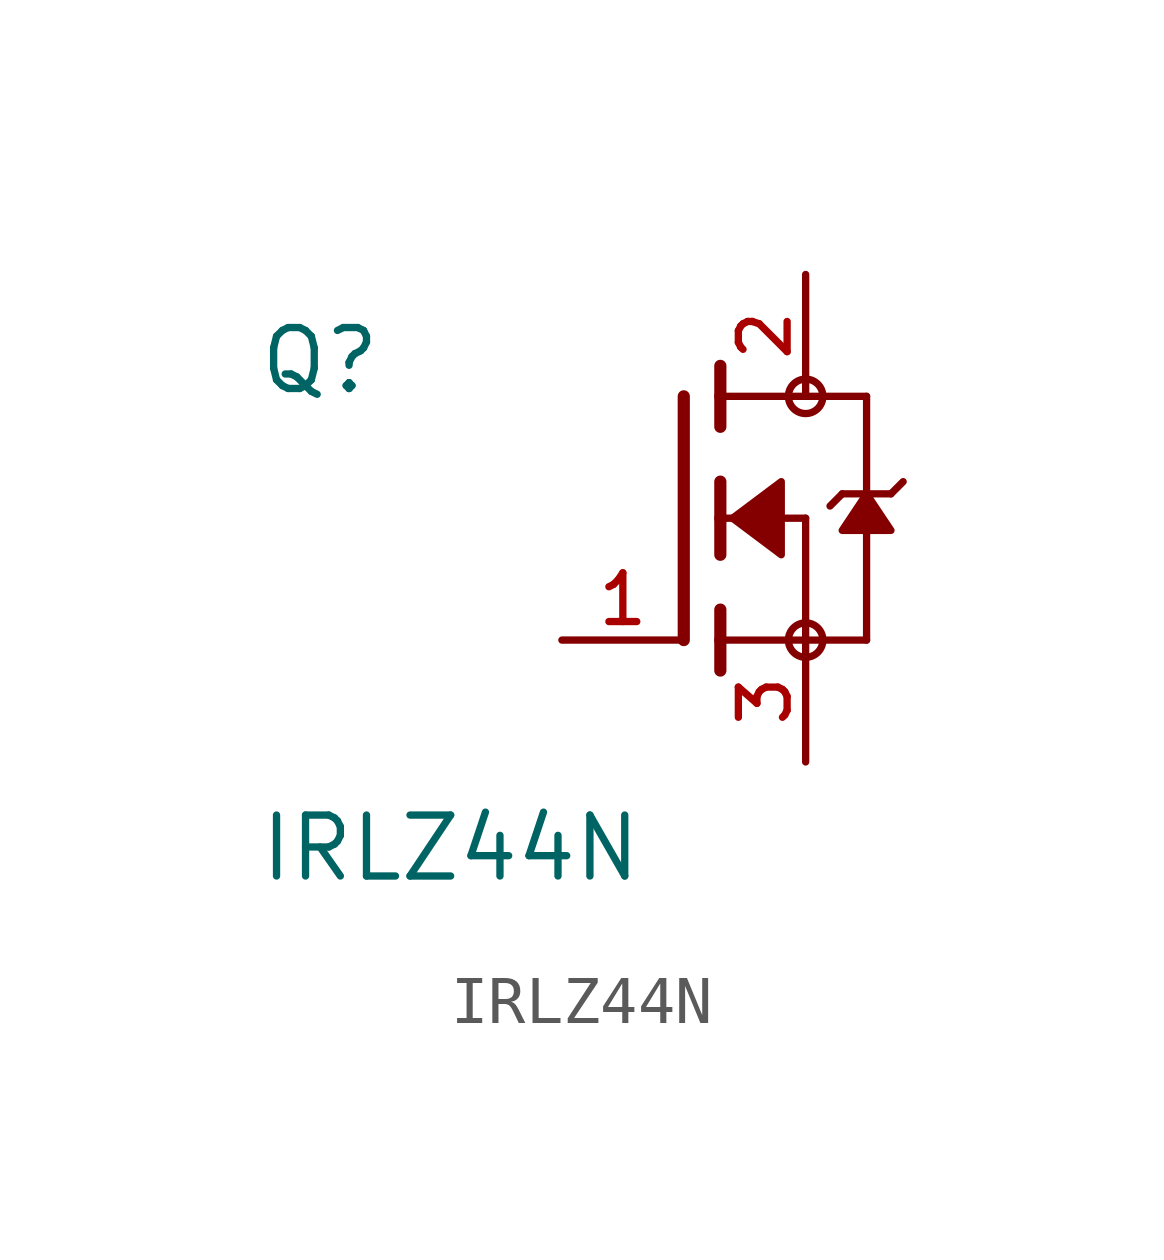
<source format=kicad_sym>
(kicad_symbol_lib
  (version 20211014)
  (generator kicad_symbol_editor)
  (symbol "IRLZ44N"
    (pin_names
      (offset 1.016))
    (property "Reference" "Q"
      (at -8.89 2.54 0)
      (effects (font (size 1.27 1.27)) (justify bottom left)))
    (property "Value" "IRLZ44N"
      (at -8.89 -7.62 0)
      (effects (font (size 1.27 1.27)) (justify bottom left)))
    (symbol "IRLZ44N_0_0"
      (polyline (pts (xy 0.762 0.762) (xy 0.762 0.0)) (stroke (width 0.254)))
      (polyline (pts (xy 0.762 0.0) (xy 0.762 -0.762)) (stroke (width 0.254)))
      (polyline (pts (xy 0.762 3.175) (xy 0.762 2.54)) (stroke (width 0.254)))
      (polyline (pts (xy 0.762 2.54) (xy 0.762 1.905)) (stroke (width 0.254)))
      (polyline (pts (xy 0.762 0.0) (xy 2.54 0.0)) (stroke (width 0.152)))
      (polyline (pts (xy 2.54 0.0) (xy 2.54 -2.54)) (stroke (width 0.152)))
      (polyline (pts (xy 0.762 -1.905) (xy 0.762 -2.54)) (stroke (width 0.254)))
      (polyline (pts (xy 0.762 -2.54) (xy 0.762 -3.175)) (stroke (width 0.254)))
      (polyline (pts (xy 0.0 2.54) (xy 0.0 -2.54)) (stroke (width 0.254)))
      (polyline (pts (xy 2.54 -2.54) (xy 0.762 -2.54)) (stroke (width 0.152)))
      (polyline (pts (xy 3.81 2.54) (xy 3.81 0.508)) (stroke (width 0.152)))
      (polyline (pts (xy 3.81 0.508) (xy 3.81 -2.54)) (stroke (width 0.152)))
      (polyline (pts (xy 2.54 -2.54) (xy 3.81 -2.54)) (stroke (width 0.152)))
      (polyline (pts (xy 0.762 2.54) (xy 3.81 2.54)) (stroke (width 0.152)))
      (polyline (pts (xy 4.572 0.762) (xy 4.318 0.508)) (stroke (width 0.152)))
      (polyline (pts (xy 4.318 0.508) (xy 3.81 0.508)) (stroke (width 0.152)))
      (polyline (pts (xy 3.81 0.508) (xy 3.302 0.508)) (stroke (width 0.152)))
      (polyline (pts (xy 3.302 0.508) (xy 3.048 0.254)) (stroke (width 0.152)))
      (circle (center 2.54 -2.54) (radius 0.359) (stroke (width 0.0)) (fill (type none)))
      (circle (center 2.54 2.54) (radius 0.359) (stroke (width 0.0)) (fill (type none)))
      (polyline (pts (xy 3.81 0.508) (xy 3.302 -0.254) (xy 4.318 -0.254) (xy 3.81 0.508)) (stroke (width 0.152)) (fill (type outline)))
      (polyline (pts (xy 1.016 0.0) (xy 2.032 0.762) (xy 2.032 -0.762) (xy 1.016 0.0)) (stroke (width 0.152)) (fill (type outline)))
      (pin passive line (at 2.54 -5.08 90.0) (length 2.54) (name "~" (effects (font (size 1.016 1.016)))) (number "3" (effects (font (size 1.016 1.016)))))
      (pin passive line (at -2.54 -2.54 0) (length 2.54) (name "~" (effects (font (size 1.016 1.016)))) (number "1" (effects (font (size 1.016 1.016)))))
      (pin passive line (at 2.54 5.08 270.0) (length 2.54) (name "~" (effects (font (size 1.016 1.016)))) (number "2" (effects (font (size 1.016 1.016))))))))
</source>
